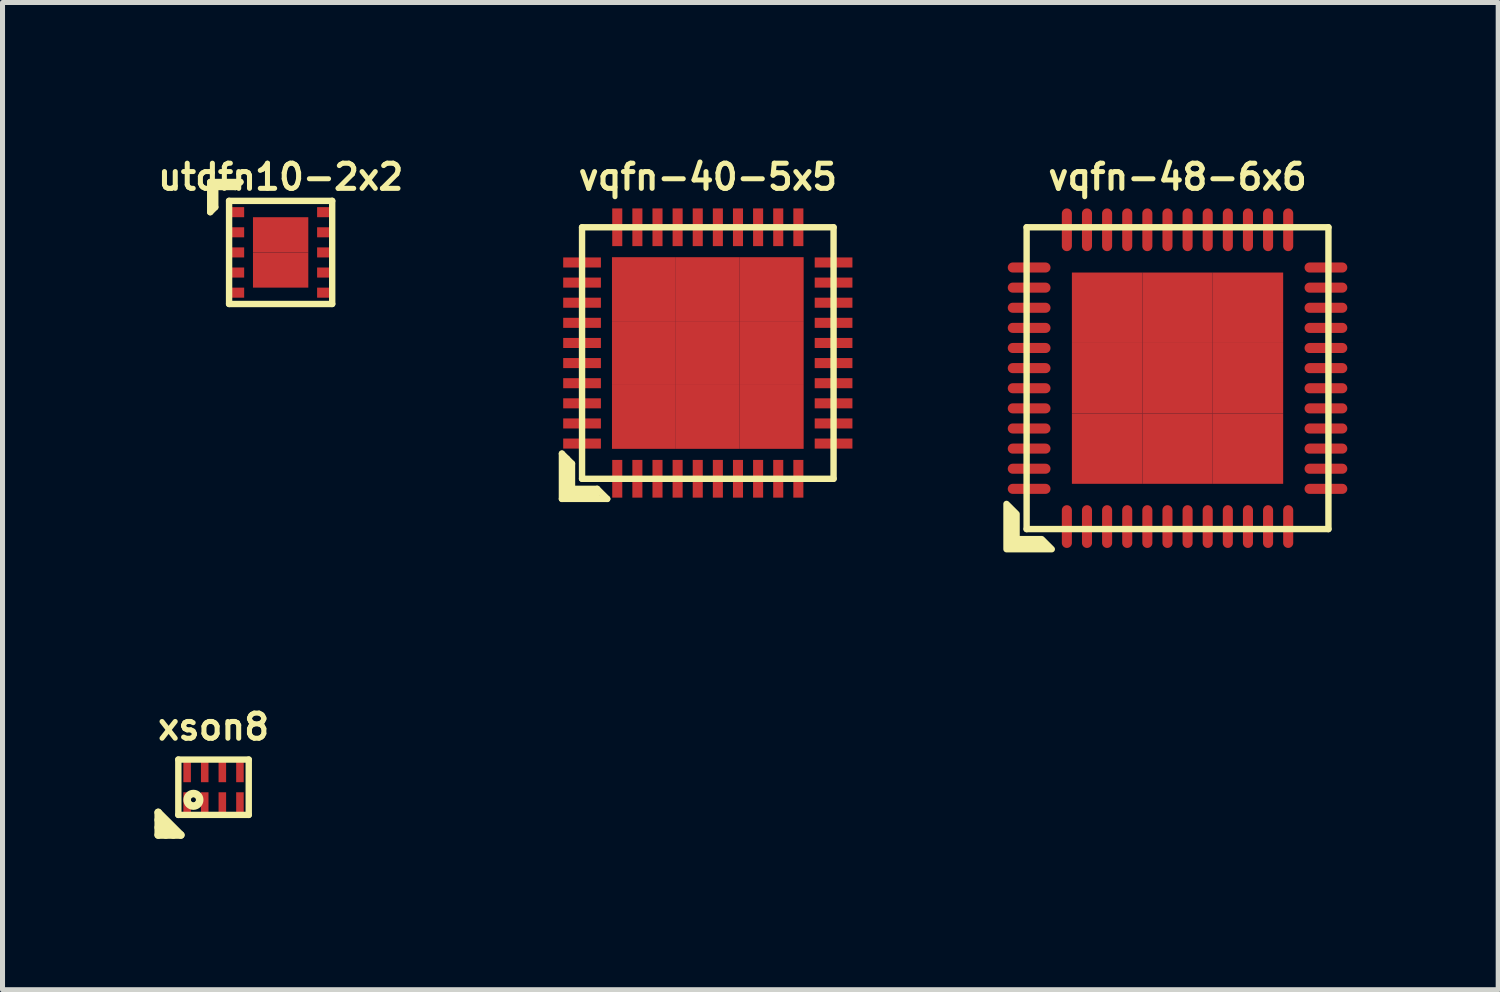
<source format=kicad_pcb>
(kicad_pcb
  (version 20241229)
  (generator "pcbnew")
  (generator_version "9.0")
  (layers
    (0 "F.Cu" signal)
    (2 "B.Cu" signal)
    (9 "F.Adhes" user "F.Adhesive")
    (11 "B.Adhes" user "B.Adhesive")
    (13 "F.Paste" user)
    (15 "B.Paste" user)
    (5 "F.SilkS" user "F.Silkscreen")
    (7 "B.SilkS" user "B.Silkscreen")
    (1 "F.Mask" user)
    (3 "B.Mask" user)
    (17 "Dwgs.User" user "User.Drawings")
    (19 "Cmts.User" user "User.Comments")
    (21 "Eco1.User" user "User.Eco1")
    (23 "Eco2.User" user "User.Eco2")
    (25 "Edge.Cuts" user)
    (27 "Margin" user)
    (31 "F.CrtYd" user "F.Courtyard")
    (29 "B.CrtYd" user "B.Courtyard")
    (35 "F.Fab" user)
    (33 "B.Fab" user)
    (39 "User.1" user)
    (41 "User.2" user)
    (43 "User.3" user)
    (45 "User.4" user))
  (footprint "vqfn-48-6x6"
    (layer "F.Cu")
    (at 20.359 4.468)
    (property "Reference" "vqfn-48-6x6" (at 0 -4 0) (layer "F.SilkS") (effects (font (size 0.5 0.5) (thickness 0.1))))
    (attr through_hole)
    (fp_line (start -3 -3) (end 3 -3) (stroke (width 0.127) (type solid)) (layer "F.SilkS"))
    (fp_line (start -3 3) (end -3 -3) (stroke (width 0.127) (type solid)) (layer "F.SilkS"))
    (fp_line (start 3 -3) (end 3 3) (stroke (width 0.127) (type solid)) (layer "F.SilkS"))
    (fp_line (start 3 3) (end -3 3) (stroke (width 0.127) (type solid)) (layer "F.SilkS"))
    (fp_poly (pts (xy -3.2 2.7) (xy -3.2 3.2) (xy -2.7 3.2) (xy -2.5 3.4) (xy -3.4 3.4) (xy -3.4 2.5)) (stroke (width 0.127) (type solid)) (fill yes) (layer "F.SilkS"))
    (pad "1" smd oval (at -2.2 2.95) (size 0.2 0.85) (layers "F.Cu" "F.Mask" "F.Paste"))
    (pad "2" smd oval (at -1.8 2.95) (size 0.2 0.85) (layers "F.Cu" "F.Mask" "F.Paste"))
    (pad "3" smd oval (at -1.4 2.95) (size 0.2 0.85) (layers "F.Cu" "F.Mask" "F.Paste"))
    (pad "4" smd oval (at -1 2.95) (size 0.2 0.85) (layers "F.Cu" "F.Mask" "F.Paste"))
    (pad "5" smd oval (at -0.6 2.95) (size 0.2 0.85) (layers "F.Cu" "F.Mask" "F.Paste"))
    (pad "6" smd oval (at -0.2 2.95) (size 0.2 0.85) (layers "F.Cu" "F.Mask" "F.Paste"))
    (pad "7" smd oval (at 0.2 2.95) (size 0.2 0.85) (layers "F.Cu" "F.Mask" "F.Paste"))
    (pad "8" smd oval (at 0.6 2.95) (size 0.2 0.85) (layers "F.Cu" "F.Mask" "F.Paste"))
    (pad "9" smd oval (at 1 2.95) (size 0.2 0.85) (layers "F.Cu" "F.Mask" "F.Paste"))
    (pad "10" smd oval (at 1.4 2.95) (size 0.2 0.85) (layers "F.Cu" "F.Mask" "F.Paste"))
    (pad "11" smd oval (at 1.8 2.95) (size 0.2 0.85) (layers "F.Cu" "F.Mask" "F.Paste"))
    (pad "12" smd oval (at 2.2 2.95) (size 0.2 0.85) (layers "F.Cu" "F.Mask" "F.Paste"))
    (pad "13" smd oval (at 2.95 2.2) (size 0.85 0.2) (layers "F.Cu" "F.Mask" "F.Paste"))
    (pad "14" smd oval (at 2.95 1.8) (size 0.85 0.2) (layers "F.Cu" "F.Mask" "F.Paste"))
    (pad "15" smd oval (at 2.95 1.4) (size 0.85 0.2) (layers "F.Cu" "F.Mask" "F.Paste"))
    (pad "16" smd oval (at 2.95 1) (size 0.85 0.2) (layers "F.Cu" "F.Mask" "F.Paste"))
    (pad "17" smd oval (at 2.95 0.6) (size 0.85 0.2) (layers "F.Cu" "F.Mask" "F.Paste"))
    (pad "18" smd oval (at 2.95 0.2) (size 0.85 0.2) (layers "F.Cu" "F.Mask" "F.Paste"))
    (pad "19" smd oval (at 2.95 -0.2) (size 0.85 0.2) (layers "F.Cu" "F.Mask" "F.Paste"))
    (pad "20" smd oval (at 2.95 -0.6) (size 0.85 0.2) (layers "F.Cu" "F.Mask" "F.Paste"))
    (pad "21" smd oval (at 2.95 -1) (size 0.85 0.2) (layers "F.Cu" "F.Mask" "F.Paste"))
    (pad "22" smd oval (at 2.95 -1.4) (size 0.85 0.2) (layers "F.Cu" "F.Mask" "F.Paste"))
    (pad "23" smd oval (at 2.95 -1.8) (size 0.85 0.2) (layers "F.Cu" "F.Mask" "F.Paste"))
    (pad "24" smd oval (at 2.95 -2.2) (size 0.85 0.2) (layers "F.Cu" "F.Mask" "F.Paste"))
    (pad "25" smd oval (at 2.2 -2.95) (size 0.2 0.85) (layers "F.Cu" "F.Mask" "F.Paste"))
    (pad "26" smd oval (at 1.8 -2.95) (size 0.2 0.85) (layers "F.Cu" "F.Mask" "F.Paste"))
    (pad "27" smd oval (at 1.4 -2.95) (size 0.2 0.85) (layers "F.Cu" "F.Mask" "F.Paste"))
    (pad "28" smd oval (at 1 -2.95) (size 0.2 0.85) (layers "F.Cu" "F.Mask" "F.Paste"))
    (pad "29" smd oval (at 0.6 -2.95) (size 0.2 0.85) (layers "F.Cu" "F.Mask" "F.Paste"))
    (pad "30" smd oval (at 0.2 -2.95) (size 0.2 0.85) (layers "F.Cu" "F.Mask" "F.Paste"))
    (pad "31" smd oval (at -0.2 -2.95) (size 0.2 0.85) (layers "F.Cu" "F.Mask" "F.Paste"))
    (pad "32" smd oval (at -0.6 -2.95) (size 0.2 0.85) (layers "F.Cu" "F.Mask" "F.Paste"))
    (pad "33" smd oval (at -1 -2.95) (size 0.2 0.85) (layers "F.Cu" "F.Mask" "F.Paste"))
    (pad "34" smd oval (at -1.4 -2.95) (size 0.2 0.85) (layers "F.Cu" "F.Mask" "F.Paste"))
    (pad "35" smd oval (at -1.8 -2.95) (size 0.2 0.85) (layers "F.Cu" "F.Mask" "F.Paste"))
    (pad "36" smd oval (at -2.2 -2.95) (size 0.2 0.85) (layers "F.Cu" "F.Mask" "F.Paste"))
    (pad "37" smd oval (at -2.95 -2.2) (size 0.85 0.2) (layers "F.Cu" "F.Mask" "F.Paste"))
    (pad "38" smd oval (at -2.95 -1.8) (size 0.85 0.2) (layers "F.Cu" "F.Mask" "F.Paste"))
    (pad "39" smd oval (at -2.95 -1.4) (size 0.85 0.2) (layers "F.Cu" "F.Mask" "F.Paste"))
    (pad "40" smd oval (at -2.95 -1) (size 0.85 0.2) (layers "F.Cu" "F.Mask" "F.Paste"))
    (pad "41" smd oval (at -2.95 -0.6) (size 0.85 0.2) (layers "F.Cu" "F.Mask" "F.Paste"))
    (pad "42" smd oval (at -2.95 -0.2) (size 0.85 0.2) (layers "F.Cu" "F.Mask" "F.Paste"))
    (pad "43" smd oval (at -2.95 0.2) (size 0.85 0.2) (layers "F.Cu" "F.Mask" "F.Paste"))
    (pad "44" smd oval (at -2.95 0.6) (size 0.85 0.2) (layers "F.Cu" "F.Mask" "F.Paste"))
    (pad "45" smd oval (at -2.95 1) (size 0.85 0.2) (layers "F.Cu" "F.Mask" "F.Paste"))
    (pad "46" smd oval (at -2.95 1.4) (size 0.85 0.2) (layers "F.Cu" "F.Mask" "F.Paste"))
    (pad "47" smd oval (at -2.95 1.8) (size 0.85 0.2) (layers "F.Cu" "F.Mask" "F.Paste"))
    (pad "48" smd oval (at -2.95 2.2) (size 0.85 0.2) (layers "F.Cu" "F.Mask" "F.Paste"))
    (pad "49" smd rect (at -1.4 -1.4) (size 1.4 1.4) (layers "F.Cu" "F.Mask" "F.Paste"))
    (pad "49" smd rect (at -1.4 0) (size 1.4 1.4) (layers "F.Cu" "F.Mask" "F.Paste"))
    (pad "49" smd rect (at -1.4 1.4) (size 1.4 1.4) (layers "F.Cu" "F.Mask" "F.Paste"))
    (pad "49" smd rect (at 0 -1.4) (size 1.4 1.4) (layers "F.Cu" "F.Mask" "F.Paste"))
    (pad "49" smd rect (at 0 0) (size 1.4 1.4) (layers "F.Cu" "F.Mask" "F.Paste"))
    (pad "49" smd rect (at 0 1.4) (size 1.4 1.4) (layers "F.Cu" "F.Mask" "F.Paste"))
    (pad "49" smd rect (at 1.4 -1.4) (size 1.4 1.4) (layers "F.Cu" "F.Mask" "F.Paste"))
    (pad "49" smd rect (at 1.4 0) (size 1.4 1.4) (layers "F.Cu" "F.Mask" "F.Paste"))
    (pad "49" smd rect (at 1.4 1.4) (size 1.4 1.4) (layers "F.Cu" "F.Mask" "F.Paste")))
  (footprint "xson8"
    (layer "F.Cu")
    (at 1.195 12.6)
    (property "Reference" "xson8" (at 0 -1.2 0) (layer "F.SilkS") (effects (font (size 0.5 0.5) (thickness 0.1))))
    (attr smd)
    (fp_line (start -1.1 0.5) (end -1.1 0.95) (stroke (width 0.15) (type solid)) (layer "F.SilkS"))
    (fp_line (start -1.1 0.95) (end -0.65 0.95) (stroke (width 0.15) (type solid)) (layer "F.SilkS"))
    (fp_line (start -0.95 0.95) (end -1.1 0.8) (stroke (width 0.15) (type solid)) (layer "F.SilkS"))
    (fp_line (start -0.8 0.95) (end -1.1 0.65) (stroke (width 0.15) (type solid)) (layer "F.SilkS"))
    (fp_line (start -0.7 -0.55) (end 0.7 -0.55) (stroke (width 0.127) (type solid)) (layer "F.SilkS"))
    (fp_line (start -0.7 0.55) (end -0.7 -0.55) (stroke (width 0.127) (type solid)) (layer "F.SilkS"))
    (fp_line (start -0.65 0.95) (end -1.1 0.5) (stroke (width 0.15) (type solid)) (layer "F.SilkS"))
    (fp_line (start 0.7 -0.55) (end 0.7 0.55) (stroke (width 0.127) (type solid)) (layer "F.SilkS"))
    (fp_line (start 0.7 0.55) (end -0.7 0.55) (stroke (width 0.127) (type solid)) (layer "F.SilkS"))
    (fp_circle (center -0.4 0.25) (end -0.35 0.25) (stroke (width 0.15) (type solid)) (fill no) (layer "F.SilkS"))
    (fp_circle (center -0.4 0.25) (end -0.28 0.25) (stroke (width 0.127) (type solid)) (fill no) (layer "F.SilkS"))
    (pad "1" smd rect (at -0.525 0.35) (size 0.15 0.5) (layers "F.Cu" "F.Mask" "F.Paste"))
    (pad "2" smd rect (at -0.175 0.35) (size 0.15 0.5) (layers "F.Cu" "F.Mask" "F.Paste"))
    (pad "3" smd rect (at 0.175 0.35) (size 0.15 0.5) (layers "F.Cu" "F.Mask" "F.Paste"))
    (pad "4" smd rect (at 0.525 0.35) (size 0.15 0.5) (layers "F.Cu" "F.Mask" "F.Paste"))
    (pad "5" smd rect (at 0.525 -0.35) (size 0.15 0.5) (layers "F.Cu" "F.Mask" "F.Paste"))
    (pad "6" smd rect (at 0.175 -0.35) (size 0.15 0.5) (layers "F.Cu" "F.Mask" "F.Paste"))
    (pad "7" smd rect (at -0.175 -0.35) (size 0.15 0.5) (layers "F.Cu" "F.Mask" "F.Paste"))
    (pad "8" smd rect (at -0.525 -0.35) (size 0.15 0.5) (layers "F.Cu" "F.Mask" "F.Paste")))
  (footprint "vqfn-40-5x5"
    (layer "F.Cu")
    (at 11.021 3.968)
    (property "Reference" "vqfn-40-5x5" (at 0 -3.5 0) (layer "F.SilkS") (effects (font (size 0.5 0.5) (thickness 0.1))))
    (attr smd)
    (fp_line (start -2.9 2) (end -2.9 2.9) (stroke (width 0.127) (type solid)) (layer "F.SilkS"))
    (fp_line (start -2.9 2.9) (end -2 2.9) (stroke (width 0.127) (type solid)) (layer "F.SilkS"))
    (fp_line (start -2.8 2.8) (end -2.8 2.1) (stroke (width 0.127) (type solid)) (layer "F.SilkS"))
    (fp_line (start -2.7 2.2) (end -2.9 2) (stroke (width 0.127) (type solid)) (layer "F.SilkS"))
    (fp_line (start -2.7 2.7) (end -2.7 2.2) (stroke (width 0.127) (type solid)) (layer "F.SilkS"))
    (fp_line (start -2.5 -2.5) (end 2.5 -2.5) (stroke (width 0.127) (type solid)) (layer "F.SilkS"))
    (fp_line (start -2.5 2.5) (end -2.5 -2.5) (stroke (width 0.127) (type solid)) (layer "F.SilkS"))
    (fp_line (start -2.2 2.7) (end -2.7 2.7) (stroke (width 0.127) (type solid)) (layer "F.SilkS"))
    (fp_line (start -2.2 2.8) (end -2.8 2.8) (stroke (width 0.127) (type solid)) (layer "F.SilkS"))
    (fp_line (start -2 2.9) (end -2.2 2.7) (stroke (width 0.127) (type solid)) (layer "F.SilkS"))
    (fp_line (start 2.5 -2.5) (end 2.5 2.5) (stroke (width 0.127) (type solid)) (layer "F.SilkS"))
    (fp_line (start 2.5 2.5) (end -2.5 2.5) (stroke (width 0.127) (type solid)) (layer "F.SilkS"))
    (pad "1" smd rect (at -1.8 2.5) (size 0.2 0.75) (layers "F.Cu" "F.Mask" "F.Paste"))
    (pad "2" smd rect (at -1.4 2.5) (size 0.2 0.75) (layers "F.Cu" "F.Mask" "F.Paste"))
    (pad "3" smd rect (at -1 2.5) (size 0.2 0.75) (layers "F.Cu" "F.Mask" "F.Paste"))
    (pad "4" smd rect (at -0.6 2.5) (size 0.2 0.75) (layers "F.Cu" "F.Mask" "F.Paste"))
    (pad "5" smd rect (at -0.2 2.5) (size 0.2 0.75) (layers "F.Cu" "F.Mask" "F.Paste"))
    (pad "6" smd rect (at 0.2 2.5) (size 0.2 0.75) (layers "F.Cu" "F.Mask" "F.Paste"))
    (pad "7" smd rect (at 0.6 2.5) (size 0.2 0.75) (layers "F.Cu" "F.Mask" "F.Paste"))
    (pad "8" smd rect (at 1 2.5) (size 0.2 0.75) (layers "F.Cu" "F.Mask" "F.Paste"))
    (pad "9" smd rect (at 1.4 2.5) (size 0.2 0.75) (layers "F.Cu" "F.Mask" "F.Paste"))
    (pad "10" smd rect (at 1.8 2.5) (size 0.2 0.75) (layers "F.Cu" "F.Mask" "F.Paste"))
    (pad "11" smd rect (at 2.5 1.8) (size 0.75 0.2) (layers "F.Cu" "F.Mask" "F.Paste"))
    (pad "12" smd rect (at 2.5 1.4) (size 0.75 0.2) (layers "F.Cu" "F.Mask" "F.Paste"))
    (pad "13" smd rect (at 2.5 1) (size 0.75 0.2) (layers "F.Cu" "F.Mask" "F.Paste"))
    (pad "14" smd rect (at 2.5 0.6) (size 0.75 0.2) (layers "F.Cu" "F.Mask" "F.Paste"))
    (pad "15" smd rect (at 2.5 0.2) (size 0.75 0.2) (layers "F.Cu" "F.Mask" "F.Paste"))
    (pad "16" smd rect (at 2.5 -0.2) (size 0.75 0.2) (layers "F.Cu" "F.Mask" "F.Paste"))
    (pad "17" smd rect (at 2.5 -0.6) (size 0.75 0.2) (layers "F.Cu" "F.Mask" "F.Paste"))
    (pad "18" smd rect (at 2.5 -1) (size 0.75 0.2) (layers "F.Cu" "F.Mask" "F.Paste"))
    (pad "19" smd rect (at 2.5 -1.4) (size 0.75 0.2) (layers "F.Cu" "F.Mask" "F.Paste"))
    (pad "20" smd rect (at 2.5 -1.8) (size 0.75 0.2) (layers "F.Cu" "F.Mask" "F.Paste"))
    (pad "21" smd rect (at 1.8 -2.5) (size 0.2 0.75) (layers "F.Cu" "F.Mask" "F.Paste"))
    (pad "22" smd rect (at 1.4 -2.5) (size 0.2 0.75) (layers "F.Cu" "F.Mask" "F.Paste"))
    (pad "23" smd rect (at 1 -2.5) (size 0.2 0.75) (layers "F.Cu" "F.Mask" "F.Paste"))
    (pad "24" smd rect (at 0.6 -2.5) (size 0.2 0.75) (layers "F.Cu" "F.Mask" "F.Paste"))
    (pad "25" smd rect (at 0.2 -2.5) (size 0.2 0.75) (layers "F.Cu" "F.Mask" "F.Paste"))
    (pad "26" smd rect (at -0.2 -2.5) (size 0.2 0.75) (layers "F.Cu" "F.Mask" "F.Paste"))
    (pad "27" smd rect (at -0.6 -2.5) (size 0.2 0.75) (layers "F.Cu" "F.Mask" "F.Paste"))
    (pad "28" smd rect (at -1 -2.5) (size 0.2 0.75) (layers "F.Cu" "F.Mask" "F.Paste"))
    (pad "29" smd rect (at -1.4 -2.5) (size 0.2 0.75) (layers "F.Cu" "F.Mask" "F.Paste"))
    (pad "30" smd rect (at -1.8 -2.5) (size 0.2 0.75) (layers "F.Cu" "F.Mask" "F.Paste"))
    (pad "31" smd rect (at -2.5 -1.8) (size 0.75 0.2) (layers "F.Cu" "F.Mask" "F.Paste"))
    (pad "32" smd rect (at -2.5 -1.4) (size 0.75 0.2) (layers "F.Cu" "F.Mask" "F.Paste"))
    (pad "33" smd rect (at -2.5 -1) (size 0.75 0.2) (layers "F.Cu" "F.Mask" "F.Paste"))
    (pad "34" smd rect (at -2.5 -0.6) (size 0.75 0.2) (layers "F.Cu" "F.Mask" "F.Paste"))
    (pad "35" smd rect (at -2.5 -0.2) (size 0.75 0.2) (layers "F.Cu" "F.Mask" "F.Paste"))
    (pad "36" smd rect (at -2.5 0.2) (size 0.75 0.2) (layers "F.Cu" "F.Mask" "F.Paste"))
    (pad "37" smd rect (at -2.5 0.6) (size 0.75 0.2) (layers "F.Cu" "F.Mask" "F.Paste"))
    (pad "38" smd rect (at -2.5 1) (size 0.75 0.2) (layers "F.Cu" "F.Mask" "F.Paste"))
    (pad "39" smd rect (at -2.5 1.4) (size 0.75 0.2) (layers "F.Cu" "F.Mask" "F.Paste"))
    (pad "40" smd rect (at -2.5 1.8) (size 0.75 0.2) (layers "F.Cu" "F.Mask" "F.Paste"))
    (pad "41" smd rect (at -1.27 -1.27) (size 1.27 1.27) (layers "F.Cu" "F.Mask" "F.Paste"))
    (pad "41" smd rect (at -1.27 0) (size 1.27 1.27) (layers "F.Cu" "F.Mask" "F.Paste"))
    (pad "41" smd rect (at -1.27 1.27) (size 1.27 1.27) (layers "F.Cu" "F.Mask" "F.Paste"))
    (pad "41" smd rect (at 0 -1.27) (size 1.27 1.27) (layers "F.Cu" "F.Mask" "F.Paste"))
    (pad "41" smd rect (at 0 0) (size 1.27 1.27) (layers "F.Cu" "F.Mask" "F.Paste"))
    (pad "41" smd rect (at 0 1.27) (size 1.27 1.27) (layers "F.Cu" "F.Mask" "F.Paste"))
    (pad "41" smd rect (at 1.27 -1.27) (size 1.27 1.27) (layers "F.Cu" "F.Mask" "F.Paste"))
    (pad "41" smd rect (at 1.27 0) (size 1.27 1.27) (layers "F.Cu" "F.Mask" "F.Paste"))
    (pad "41" smd rect (at 1.27 1.27) (size 1.27 1.27) (layers "F.Cu" "F.Mask" "F.Paste")))
  (footprint "utdfn10-2x2"
    (layer "F.Cu")
    (at 2.529 1.968)
    (property "Reference" "utdfn10-2x2" (at 0 -1.5 0) (layer "F.SilkS") (effects (font (size 0.5 0.5) (thickness 0.1))))
    (attr smd)
    (fp_line (start -1.4 -1.4) (end -0.8 -1.4) (stroke (width 0.127) (type solid)) (layer "F.SilkS"))
    (fp_line (start -1.4 -0.8) (end -1.4 -1.4) (stroke (width 0.127) (type solid)) (layer "F.SilkS"))
    (fp_line (start -1.3 -1.3) (end -1.3 -0.9) (stroke (width 0.127) (type solid)) (layer "F.SilkS"))
    (fp_line (start -1.3 -0.9) (end -1.4 -0.8) (stroke (width 0.127) (type solid)) (layer "F.SilkS"))
    (fp_line (start -1.025 -1.025) (end -1.025 1.025) (stroke (width 0.127) (type solid)) (layer "F.SilkS"))
    (fp_line (start -1.025 1.025) (end 1.025 1.025) (stroke (width 0.127) (type solid)) (layer "F.SilkS"))
    (fp_line (start -0.9 -1.3) (end -1.3 -1.3) (stroke (width 0.127) (type solid)) (layer "F.SilkS"))
    (fp_line (start -0.8 -1.4) (end -0.9 -1.3) (stroke (width 0.127) (type solid)) (layer "F.SilkS"))
    (fp_line (start 1.025 -1.025) (end -1.025 -1.025) (stroke (width 0.127) (type solid)) (layer "F.SilkS"))
    (fp_line (start 1.025 1.025) (end 1.025 -1.025) (stroke (width 0.127) (type solid)) (layer "F.SilkS"))
    (pad "1" smd rect (at -0.875 -0.8) (size 0.3 0.2) (layers "F.Cu" "F.Mask" "F.Paste"))
    (pad "2" smd rect (at -0.875 -0.4) (size 0.3 0.2) (layers "F.Cu" "F.Mask" "F.Paste"))
    (pad "3" smd rect (at -0.875 0) (size 0.3 0.2) (layers "F.Cu" "F.Mask" "F.Paste"))
    (pad "4" smd rect (at -0.875 0.4) (size 0.3 0.2) (layers "F.Cu" "F.Mask" "F.Paste"))
    (pad "5" smd rect (at -0.875 0.8) (size 0.3 0.2) (layers "F.Cu" "F.Mask" "F.Paste"))
    (pad "6" smd rect (at 0.875 0.8) (size 0.3 0.2) (layers "F.Cu" "F.Mask" "F.Paste"))
    (pad "7" smd rect (at 0.875 0.4) (size 0.3 0.2) (layers "F.Cu" "F.Mask" "F.Paste"))
    (pad "8" smd rect (at 0.875 0) (size 0.3 0.2) (layers "F.Cu" "F.Mask" "F.Paste"))
    (pad "9" smd rect (at 0.875 -0.4) (size 0.3 0.2) (layers "F.Cu" "F.Mask" "F.Paste"))
    (pad "10" smd rect (at 0.875 -0.8) (size 0.3 0.2) (layers "F.Cu" "F.Mask" "F.Paste"))
    (pad "11" smd rect (at 0 -0.35) (size 1.1 0.7) (layers "F.Cu" "F.Mask" "F.Paste"))
    (pad "11" smd rect (at 0 0.35) (size 1.1 0.7) (layers "F.Cu" "F.Mask" "F.Paste")))
  (gr_rect
    (start -3 -3)
    (end 26.734 16.625)
    (stroke (width 0.1) (type default))
    (fill no)
    (layer "Edge.Cuts")))
</source>
